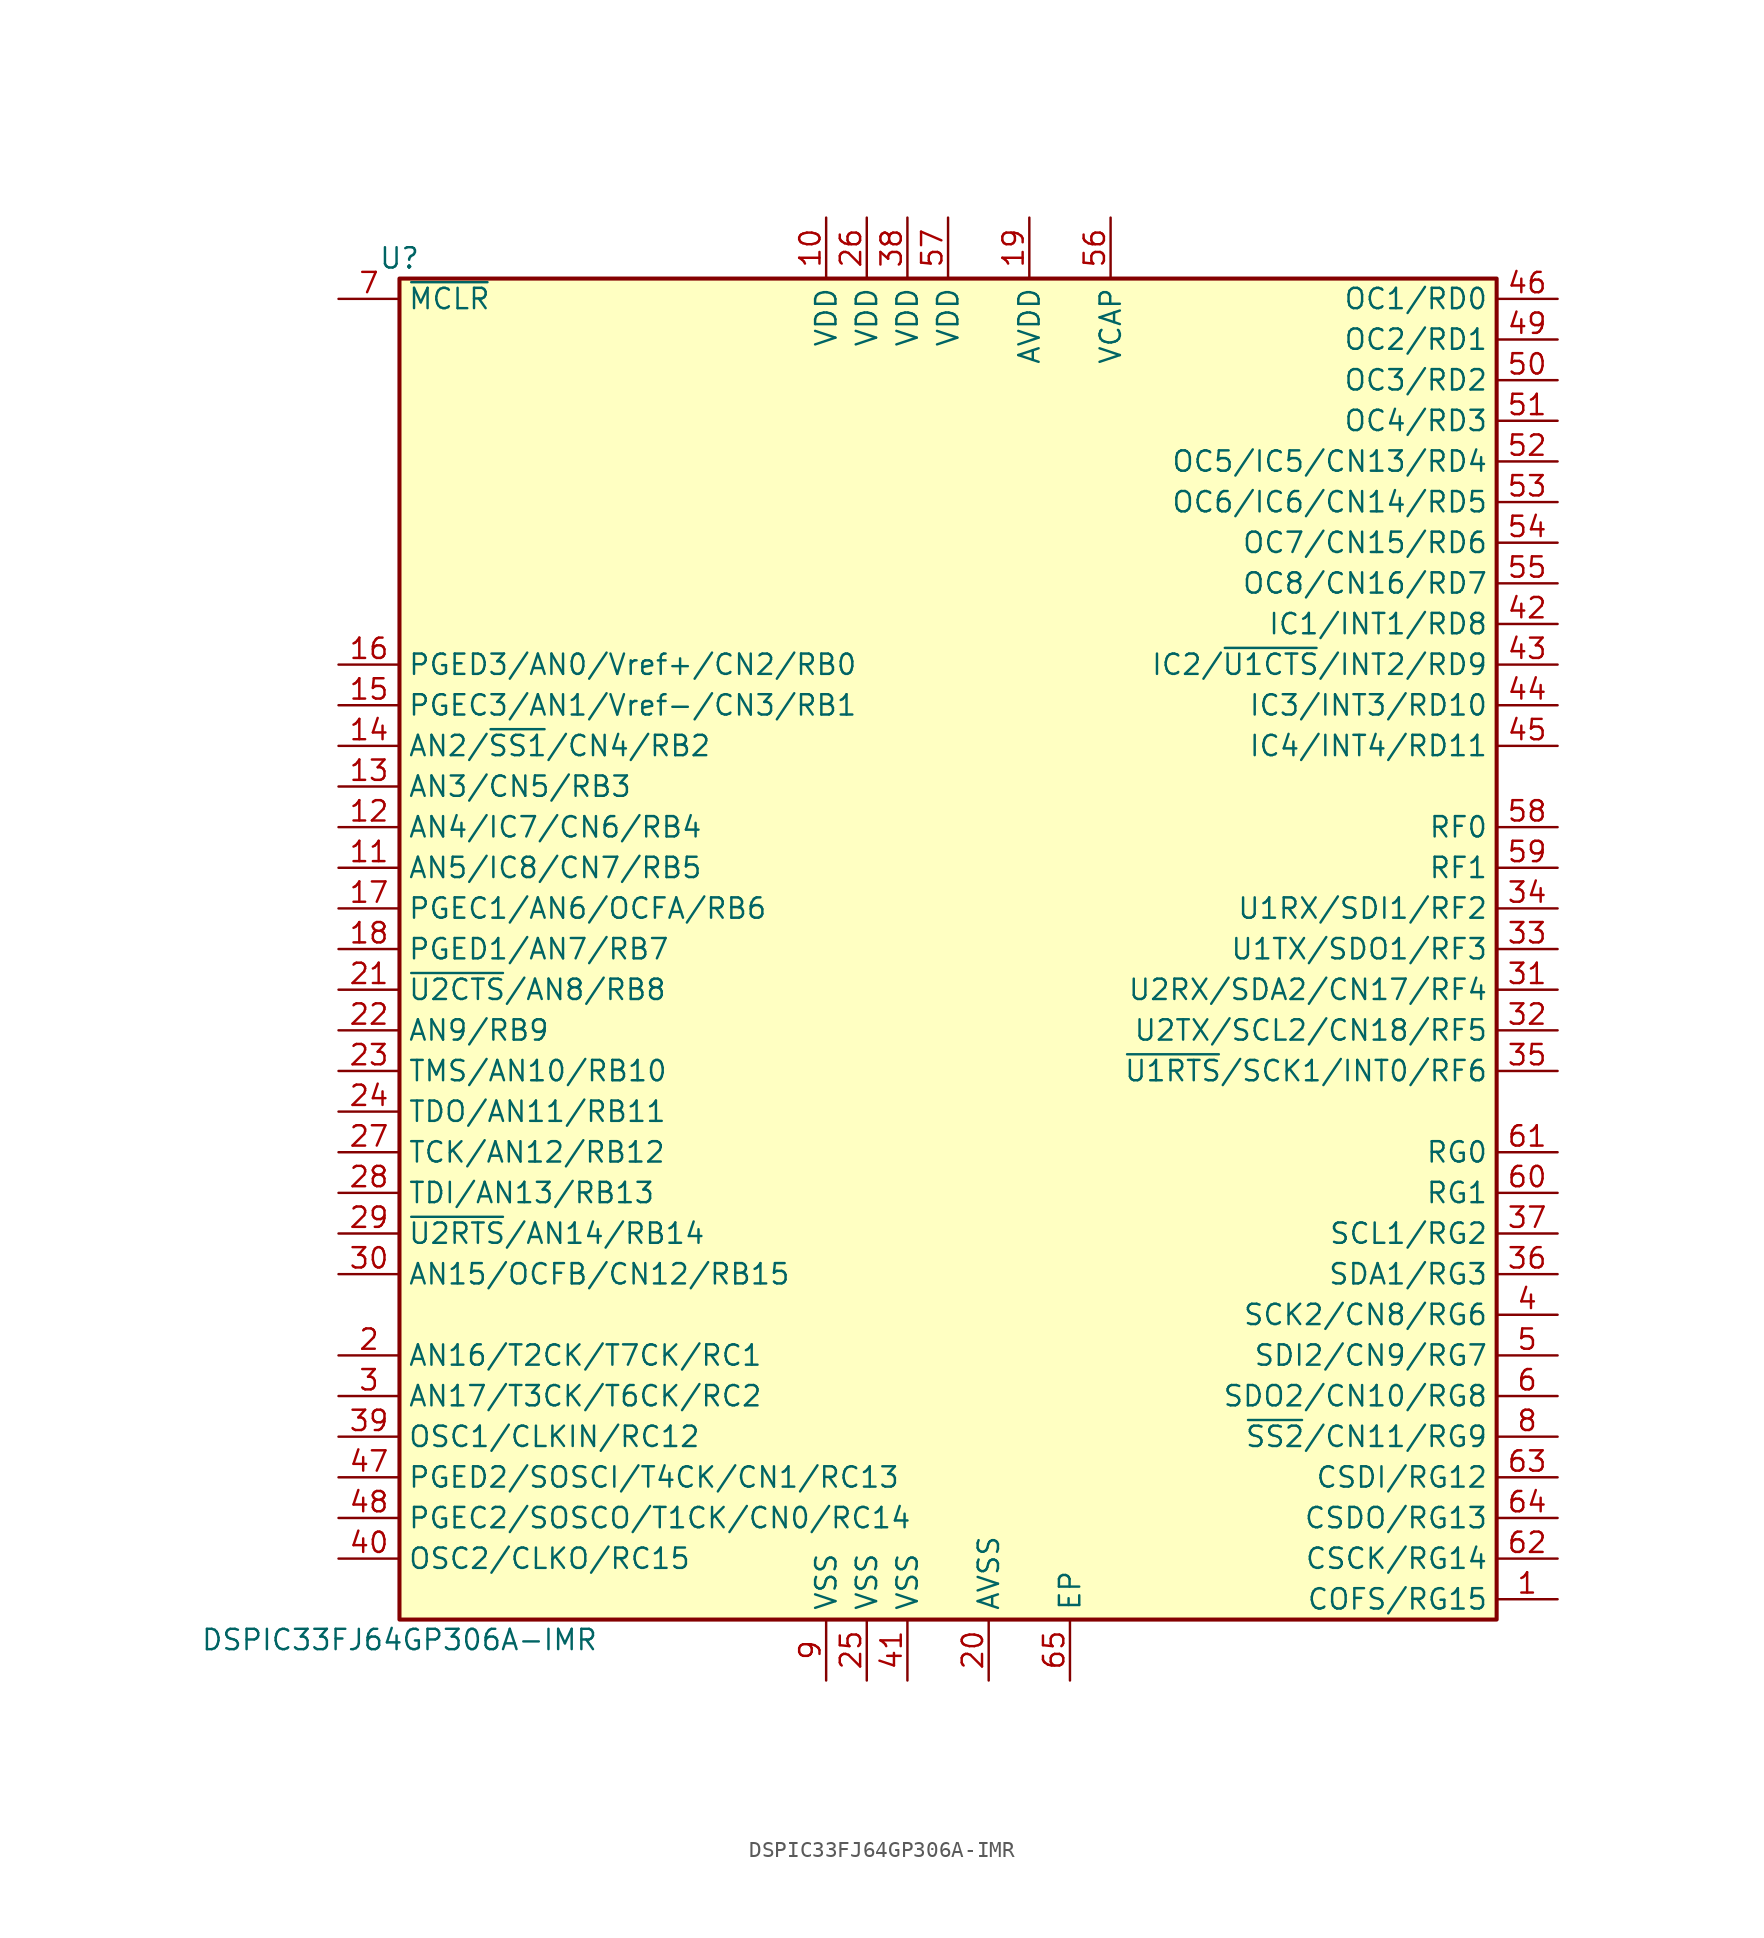
<source format=kicad_sym>
(kicad_symbol_lib
  (version 20201005)
  (generator kicad_symbol_editor)
  (symbol "DSP_Microchip_DSPIC33:DSPIC33FJ64GP306A-IMR"
    (property "Reference" "U"
      (at -34.29 43.18 0)
      (effects (font (size 1.27 1.27))))
    (property "Value" "DSPIC33FJ64GP306A-IMR"
      (at -34.29 -43.18 0)
      (effects (font (size 1.27 1.27))))
    (symbol "DSPIC33FJ64GP306A-IMR_1_1"
      (rectangle (start -34.29 41.91) (end 34.29 -41.91) (stroke (width 0.254)) (fill (type background)))
      (pin bidirectional line (at 38.1 -40.64 180) (length 3.81) (name "COFS/RG15" (effects (font (size 1.27 1.27)))) (number "1" (effects (font (size 1.27 1.27)))))
      (pin power_in line (at -7.62 45.72 270) (length 3.81) (name "VDD" (effects (font (size 1.27 1.27)))) (number "10" (effects (font (size 1.27 1.27)))))
      (pin input line (at -38.1 5.08 0) (length 3.81) (name "AN5/IC8/CN7/RB5" (effects (font (size 1.27 1.27)))) (number "11" (effects (font (size 1.27 1.27)))))
      (pin input line (at -38.1 7.62 0) (length 3.81) (name "AN4/IC7/CN6/RB4" (effects (font (size 1.27 1.27)))) (number "12" (effects (font (size 1.27 1.27)))))
      (pin bidirectional line (at -38.1 10.16 0) (length 3.81) (name "AN3/CN5/RB3" (effects (font (size 1.27 1.27)))) (number "13" (effects (font (size 1.27 1.27)))))
      (pin bidirectional line (at -38.1 12.7 0) (length 3.81) (name "AN2/~SS1~/CN4/RB2" (effects (font (size 1.27 1.27)))) (number "14" (effects (font (size 1.27 1.27)))))
      (pin bidirectional line (at -38.1 15.24 0) (length 3.81) (name "PGEC3/AN1/Vref-/CN3/RB1" (effects (font (size 1.27 1.27)))) (number "15" (effects (font (size 1.27 1.27)))))
      (pin bidirectional line (at -38.1 17.78 0) (length 3.81) (name "PGED3/AN0/Vref+/CN2/RB0" (effects (font (size 1.27 1.27)))) (number "16" (effects (font (size 1.27 1.27)))))
      (pin input line (at -38.1 2.54 0) (length 3.81) (name "PGEC1/AN6/OCFA/RB6" (effects (font (size 1.27 1.27)))) (number "17" (effects (font (size 1.27 1.27)))))
      (pin input line (at -38.1 0 0) (length 3.81) (name "PGED1/AN7/RB7" (effects (font (size 1.27 1.27)))) (number "18" (effects (font (size 1.27 1.27)))))
      (pin power_in line (at 5.08 45.72 270) (length 3.81) (name "AVDD" (effects (font (size 1.27 1.27)))) (number "19" (effects (font (size 1.27 1.27)))))
      (pin bidirectional line (at -38.1 -25.4 0) (length 3.81) (name "AN16/T2CK/T7CK/RC1" (effects (font (size 1.27 1.27)))) (number "2" (effects (font (size 1.27 1.27)))))
      (pin power_in line (at 2.54 -45.72 90) (length 3.81) (name "AVSS" (effects (font (size 1.27 1.27)))) (number "20" (effects (font (size 1.27 1.27)))))
      (pin input line (at -38.1 -2.54 0) (length 3.81) (name "~U2CTS~/AN8/RB8" (effects (font (size 1.27 1.27)))) (number "21" (effects (font (size 1.27 1.27)))))
      (pin bidirectional line (at -38.1 -5.08 0) (length 3.81) (name "AN9/RB9" (effects (font (size 1.27 1.27)))) (number "22" (effects (font (size 1.27 1.27)))))
      (pin bidirectional line (at -38.1 -7.62 0) (length 3.81) (name "TMS/AN10/RB10" (effects (font (size 1.27 1.27)))) (number "23" (effects (font (size 1.27 1.27)))))
      (pin bidirectional line (at -38.1 -10.16 0) (length 3.81) (name "TDO/AN11/RB11" (effects (font (size 1.27 1.27)))) (number "24" (effects (font (size 1.27 1.27)))))
      (pin power_in line (at -5.08 -45.72 90) (length 3.81) (name "VSS" (effects (font (size 1.27 1.27)))) (number "25" (effects (font (size 1.27 1.27)))))
      (pin power_in line (at -5.08 45.72 270) (length 3.81) (name "VDD" (effects (font (size 1.27 1.27)))) (number "26" (effects (font (size 1.27 1.27)))))
      (pin bidirectional line (at -38.1 -12.7 0) (length 3.81) (name "TCK/AN12/RB12" (effects (font (size 1.27 1.27)))) (number "27" (effects (font (size 1.27 1.27)))))
      (pin bidirectional line (at -38.1 -15.24 0) (length 3.81) (name "TDI/AN13/RB13" (effects (font (size 1.27 1.27)))) (number "28" (effects (font (size 1.27 1.27)))))
      (pin bidirectional line (at -38.1 -17.78 0) (length 3.81) (name "~U2RTS~/AN14/RB14" (effects (font (size 1.27 1.27)))) (number "29" (effects (font (size 1.27 1.27)))))
      (pin bidirectional line (at -38.1 -27.94 0) (length 3.81) (name "AN17/T3CK/T6CK/RC2" (effects (font (size 1.27 1.27)))) (number "3" (effects (font (size 1.27 1.27)))))
      (pin bidirectional line (at -38.1 -20.32 0) (length 3.81) (name "AN15/OCFB/CN12/RB15" (effects (font (size 1.27 1.27)))) (number "30" (effects (font (size 1.27 1.27)))))
      (pin bidirectional line (at 38.1 -2.54 180) (length 3.81) (name "U2RX/SDA2/CN17/RF4" (effects (font (size 1.27 1.27)))) (number "31" (effects (font (size 1.27 1.27)))))
      (pin bidirectional line (at 38.1 -5.08 180) (length 3.81) (name "U2TX/SCL2/CN18/RF5" (effects (font (size 1.27 1.27)))) (number "32" (effects (font (size 1.27 1.27)))))
      (pin bidirectional line (at 38.1 0 180) (length 3.81) (name "U1TX/SDO1/RF3" (effects (font (size 1.27 1.27)))) (number "33" (effects (font (size 1.27 1.27)))))
      (pin bidirectional line (at 38.1 2.54 180) (length 3.81) (name "U1RX/SDI1/RF2" (effects (font (size 1.27 1.27)))) (number "34" (effects (font (size 1.27 1.27)))))
      (pin bidirectional line (at 38.1 -7.62 180) (length 3.81) (name "~U1RTS~/SCK1/INT0/RF6" (effects (font (size 1.27 1.27)))) (number "35" (effects (font (size 1.27 1.27)))))
      (pin bidirectional line (at 38.1 -20.32 180) (length 3.81) (name "SDA1/RG3" (effects (font (size 1.27 1.27)))) (number "36" (effects (font (size 1.27 1.27)))))
      (pin bidirectional line (at 38.1 -17.78 180) (length 3.81) (name "SCL1/RG2" (effects (font (size 1.27 1.27)))) (number "37" (effects (font (size 1.27 1.27)))))
      (pin power_in line (at -2.54 45.72 270) (length 3.81) (name "VDD" (effects (font (size 1.27 1.27)))) (number "38" (effects (font (size 1.27 1.27)))))
      (pin bidirectional line (at -38.1 -30.48 0) (length 3.81) (name "OSC1/CLKIN/RC12" (effects (font (size 1.27 1.27)))) (number "39" (effects (font (size 1.27 1.27)))))
      (pin bidirectional line (at 38.1 -22.86 180) (length 3.81) (name "SCK2/CN8/RG6" (effects (font (size 1.27 1.27)))) (number "4" (effects (font (size 1.27 1.27)))))
      (pin bidirectional line (at -38.1 -38.1 0) (length 3.81) (name "OSC2/CLKO/RC15" (effects (font (size 1.27 1.27)))) (number "40" (effects (font (size 1.27 1.27)))))
      (pin power_in line (at -2.54 -45.72 90) (length 3.81) (name "VSS" (effects (font (size 1.27 1.27)))) (number "41" (effects (font (size 1.27 1.27)))))
      (pin bidirectional line (at 38.1 20.32 180) (length 3.81) (name "IC1/INT1/RD8" (effects (font (size 1.27 1.27)))) (number "42" (effects (font (size 1.27 1.27)))))
      (pin bidirectional line (at 38.1 17.78 180) (length 3.81) (name "IC2/~U1CTS~/INT2/RD9" (effects (font (size 1.27 1.27)))) (number "43" (effects (font (size 1.27 1.27)))))
      (pin bidirectional line (at 38.1 15.24 180) (length 3.81) (name "IC3/INT3/RD10" (effects (font (size 1.27 1.27)))) (number "44" (effects (font (size 1.27 1.27)))))
      (pin bidirectional line (at 38.1 12.7 180) (length 3.81) (name "IC4/INT4/RD11" (effects (font (size 1.27 1.27)))) (number "45" (effects (font (size 1.27 1.27)))))
      (pin bidirectional line (at 38.1 40.64 180) (length 3.81) (name "OC1/RD0" (effects (font (size 1.27 1.27)))) (number "46" (effects (font (size 1.27 1.27)))))
      (pin bidirectional line (at -38.1 -33.02 0) (length 3.81) (name "PGED2/SOSCI/T4CK/CN1/RC13" (effects (font (size 1.27 1.27)))) (number "47" (effects (font (size 1.27 1.27)))))
      (pin bidirectional line (at -38.1 -35.56 0) (length 3.81) (name "PGEC2/SOSCO/T1CK/CN0/RC14" (effects (font (size 1.27 1.27)))) (number "48" (effects (font (size 1.27 1.27)))))
      (pin bidirectional line (at 38.1 38.1 180) (length 3.81) (name "OC2/RD1" (effects (font (size 1.27 1.27)))) (number "49" (effects (font (size 1.27 1.27)))))
      (pin bidirectional line (at 38.1 -25.4 180) (length 3.81) (name "SDI2/CN9/RG7" (effects (font (size 1.27 1.27)))) (number "5" (effects (font (size 1.27 1.27)))))
      (pin bidirectional line (at 38.1 35.56 180) (length 3.81) (name "OC3/RD2" (effects (font (size 1.27 1.27)))) (number "50" (effects (font (size 1.27 1.27)))))
      (pin bidirectional line (at 38.1 33.02 180) (length 3.81) (name "OC4/RD3" (effects (font (size 1.27 1.27)))) (number "51" (effects (font (size 1.27 1.27)))))
      (pin bidirectional line (at 38.1 30.48 180) (length 3.81) (name "OC5/IC5/CN13/RD4" (effects (font (size 1.27 1.27)))) (number "52" (effects (font (size 1.27 1.27)))))
      (pin bidirectional line (at 38.1 27.94 180) (length 3.81) (name "OC6/IC6/CN14/RD5" (effects (font (size 1.27 1.27)))) (number "53" (effects (font (size 1.27 1.27)))))
      (pin bidirectional line (at 38.1 25.4 180) (length 3.81) (name "OC7/CN15/RD6" (effects (font (size 1.27 1.27)))) (number "54" (effects (font (size 1.27 1.27)))))
      (pin bidirectional line (at 38.1 22.86 180) (length 3.81) (name "OC8/CN16/RD7" (effects (font (size 1.27 1.27)))) (number "55" (effects (font (size 1.27 1.27)))))
      (pin power_in line (at 10.16 45.72 270) (length 3.81) (name "VCAP" (effects (font (size 1.27 1.27)))) (number "56" (effects (font (size 1.27 1.27)))))
      (pin power_in line (at 0 45.72 270) (length 3.81) (name "VDD" (effects (font (size 1.27 1.27)))) (number "57" (effects (font (size 1.27 1.27)))))
      (pin bidirectional line (at 38.1 7.62 180) (length 3.81) (name "RF0" (effects (font (size 1.27 1.27)))) (number "58" (effects (font (size 1.27 1.27)))))
      (pin bidirectional line (at 38.1 5.08 180) (length 3.81) (name "RF1" (effects (font (size 1.27 1.27)))) (number "59" (effects (font (size 1.27 1.27)))))
      (pin bidirectional line (at 38.1 -27.94 180) (length 3.81) (name "SDO2/CN10/RG8" (effects (font (size 1.27 1.27)))) (number "6" (effects (font (size 1.27 1.27)))))
      (pin bidirectional line (at 38.1 -15.24 180) (length 3.81) (name "RG1" (effects (font (size 1.27 1.27)))) (number "60" (effects (font (size 1.27 1.27)))))
      (pin bidirectional line (at 38.1 -12.7 180) (length 3.81) (name "RG0" (effects (font (size 1.27 1.27)))) (number "61" (effects (font (size 1.27 1.27)))))
      (pin bidirectional line (at 38.1 -38.1 180) (length 3.81) (name "CSCK/RG14" (effects (font (size 1.27 1.27)))) (number "62" (effects (font (size 1.27 1.27)))))
      (pin bidirectional line (at 38.1 -33.02 180) (length 3.81) (name "CSDI/RG12" (effects (font (size 1.27 1.27)))) (number "63" (effects (font (size 1.27 1.27)))))
      (pin bidirectional line (at 38.1 -35.56 180) (length 3.81) (name "CSDO/RG13" (effects (font (size 1.27 1.27)))) (number "64" (effects (font (size 1.27 1.27)))))
      (pin power_in line (at 7.62 -45.72 90) (length 3.81) (name "EP" (effects (font (size 1.27 1.27)))) (number "65" (effects (font (size 1.27 1.27)))))
      (pin input line (at -38.1 40.64 0) (length 3.81) (name "~MCLR" (effects (font (size 1.27 1.27)))) (number "7" (effects (font (size 1.27 1.27)))))
      (pin bidirectional line (at 38.1 -30.48 180) (length 3.81) (name "~SS2~/CN11/RG9" (effects (font (size 1.27 1.27)))) (number "8" (effects (font (size 1.27 1.27)))))
      (pin power_in line (at -7.62 -45.72 90) (length 3.81) (name "VSS" (effects (font (size 1.27 1.27)))) (number "9" (effects (font (size 1.27 1.27))))))))
</source>
